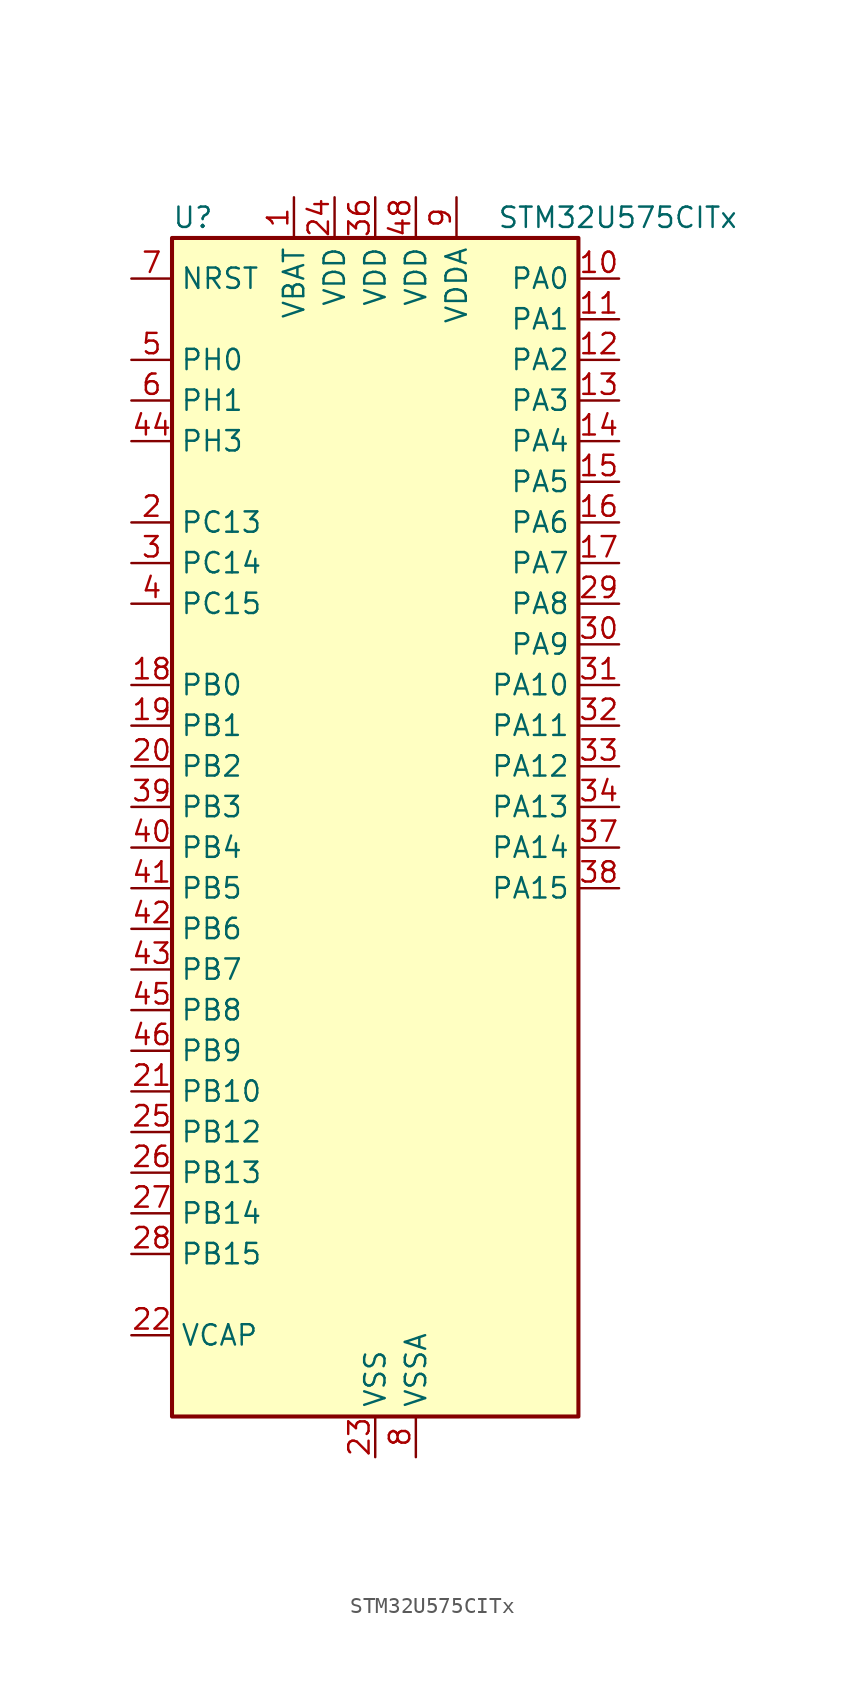
<source format=kicad_sym>
(kicad_symbol_lib
  (version 20211014)
  (generator kicad-library-utils)
  (symbol "STM32U575CITx"
    (property "Reference" "U"
      (at -12.7 39.37 0)
      (effects (font (size 1.27 1.27)) (justify left)))
    (property "Value" "STM32U575CITx"
      (at 7.62 39.37 0)
      (effects (font (size 1.27 1.27)) (justify left)))
    (property "ki_fp_filters" "LQFP*7x7mm*P0.5mm*"
      (at 0.0 0.0 0.0)
      (effects (font (size 1.27 1.27))))
    (symbol "STM32U575CITx_0_1"
      (rectangle (start -12.7 -35.56) (end 12.7 38.1) (stroke (width 0.254)) (fill (type background))))
    (symbol "STM32U575CITx_1_1"
      (pin input line (at -15.24 35.56 0) (length 2.54) (name "NRST" (effects (font (size 1.27 1.27)))) (number "7" (effects (font (size 1.27 1.27)))))
      (pin bidirectional line (at -15.24 30.48 0) (length 2.54) (name "PH0" (effects (font (size 1.27 1.27)))) (number "5" (effects (font (size 1.27 1.27)))) (alternate "RCC_OSC_IN" bidirectional line))
      (pin bidirectional line (at -15.24 27.94 0) (length 2.54) (name "PH1" (effects (font (size 1.27 1.27)))) (number "6" (effects (font (size 1.27 1.27)))) (alternate "RCC_OSC_OUT" bidirectional line))
      (pin bidirectional line (at -15.24 25.4 0) (length 2.54) (name "PH3" (effects (font (size 1.27 1.27)))) (number "44" (effects (font (size 1.27 1.27)))))
      (pin bidirectional line (at -15.24 20.32 0) (length 2.54) (name "PC13" (effects (font (size 1.27 1.27)))) (number "2" (effects (font (size 1.27 1.27)))) (alternate "PWR_WKUP2" bidirectional line) (alternate "RTC_OUT1" bidirectional line) (alternate "RTC_TS" bidirectional line) (alternate "TAMP_IN1" bidirectional line) (alternate "TAMP_OUT2" bidirectional line))
      (pin bidirectional line (at -15.24 17.78 0) (length 2.54) (name "PC14" (effects (font (size 1.27 1.27)))) (number "3" (effects (font (size 1.27 1.27)))) (alternate "RCC_OSC32_IN" bidirectional line))
      (pin bidirectional line (at -15.24 15.24 0) (length 2.54) (name "PC15" (effects (font (size 1.27 1.27)))) (number "4" (effects (font (size 1.27 1.27)))) (alternate "ADC1_EXTI15" bidirectional line) (alternate "ADC4_EXTI15" bidirectional line) (alternate "RCC_OSC32_OUT" bidirectional line))
      (pin bidirectional line (at -15.24 10.16 0) (length 2.54) (name "PB0" (effects (font (size 1.27 1.27)))) (number "18" (effects (font (size 1.27 1.27)))) (alternate "ADC1_IN15" bidirectional line) (alternate "ADC4_IN18" bidirectional line) (alternate "AUDIOCLK" bidirectional line) (alternate "COMP1_OUT" bidirectional line) (alternate "LPTIM3_CH1" bidirectional line) (alternate "OCTOSPIM_P1_IO1" bidirectional line) (alternate "OPAMP2_VOUT" bidirectional line) (alternate "SPI1_NSS" bidirectional line) (alternate "TIM1_CH2N" bidirectional line) (alternate "TIM3_CH3" bidirectional line) (alternate "TIM8_CH2N" bidirectional line) (alternate "USART3_CK" bidirectional line))
      (pin bidirectional line (at -15.24 7.62 0) (length 2.54) (name "PB1" (effects (font (size 1.27 1.27)))) (number "19" (effects (font (size 1.27 1.27)))) (alternate "ADC1_IN16" bidirectional line) (alternate "ADC4_IN19" bidirectional line) (alternate "COMP1_INM" bidirectional line) (alternate "LPTIM2_IN1" bidirectional line) (alternate "LPTIM3_CH2" bidirectional line) (alternate "LPUART1_DE" bidirectional line) (alternate "LPUART1_RTS" bidirectional line) (alternate "MDF1_SDI0" bidirectional line) (alternate "OCTOSPIM_P1_IO0" bidirectional line) (alternate "PWR_WKUP4" bidirectional line) (alternate "TIM1_CH3N" bidirectional line) (alternate "TIM3_CH4" bidirectional line) (alternate "TIM8_CH3N" bidirectional line) (alternate "USART3_DE" bidirectional line) (alternate "USART3_RTS" bidirectional line))
      (pin bidirectional line (at -15.24 5.08 0) (length 2.54) (name "PB2" (effects (font (size 1.27 1.27)))) (number "20" (effects (font (size 1.27 1.27)))) (alternate "ADC1_IN17" bidirectional line) (alternate "COMP1_INP" bidirectional line) (alternate "I2C3_SMBA" bidirectional line) (alternate "LPTIM1_CH1" bidirectional line) (alternate "MDF1_CKI0" bidirectional line) (alternate "OCTOSPIM_P1_DQS" bidirectional line) (alternate "PWR_WKUP1" bidirectional line) (alternate "RTC_OUT2" bidirectional line) (alternate "SPI1_RDY" bidirectional line) (alternate "TIM8_CH4N" bidirectional line) (alternate "UCPD1_FRSTX1" bidirectional line))
      (pin bidirectional line (at -15.24 2.54 0) (length 2.54) (name "PB3" (effects (font (size 1.27 1.27)))) (number "39" (effects (font (size 1.27 1.27)))) (alternate "ADF1_CCK0" bidirectional line) (alternate "COMP2_INM" bidirectional line) (alternate "CRS_SYNC" bidirectional line) (alternate "DEBUG_JTDO-SWO" bidirectional line) (alternate "I2C1_SDA" bidirectional line) (alternate "LPTIM1_CH1" bidirectional line) (alternate "SAI1_SCK_B" bidirectional line) (alternate "SPI1_SCK" bidirectional line) (alternate "SPI3_SCK" bidirectional line) (alternate "TIM2_CH2" bidirectional line) (alternate "USART1_DE" bidirectional line) (alternate "USART1_RTS" bidirectional line))
      (pin bidirectional line (at -15.24 0.0 0) (length 2.54) (name "PB4" (effects (font (size 1.27 1.27)))) (number "40" (effects (font (size 1.27 1.27)))) (alternate "ADF1_SDI0" bidirectional line) (alternate "COMP2_INP" bidirectional line) (alternate "DEBUG_JTRST" bidirectional line) (alternate "I2C3_SDA" bidirectional line) (alternate "LPTIM1_CH2" bidirectional line) (alternate "SAI1_MCLK_B" bidirectional line) (alternate "SPI1_MISO" bidirectional line) (alternate "SPI3_MISO" bidirectional line) (alternate "TIM17_BKIN" bidirectional line) (alternate "TIM3_CH1" bidirectional line) (alternate "TSC_G2_IO1" bidirectional line) (alternate "USART1_CTS" bidirectional line))
      (pin bidirectional line (at -15.24 -2.54 0) (length 2.54) (name "PB5" (effects (font (size 1.27 1.27)))) (number "41" (effects (font (size 1.27 1.27)))) (alternate "COMP2_OUT" bidirectional line) (alternate "I2C1_SMBA" bidirectional line) (alternate "LPTIM1_IN1" bidirectional line) (alternate "OCTOSPIM_P1_NCLK" bidirectional line) (alternate "PWR_WKUP6" bidirectional line) (alternate "SAI1_SD_B" bidirectional line) (alternate "SPI1_MOSI" bidirectional line) (alternate "SPI3_MOSI" bidirectional line) (alternate "TIM16_BKIN" bidirectional line) (alternate "TIM3_CH2" bidirectional line) (alternate "TSC_G2_IO2" bidirectional line) (alternate "UCPD1_DBCC1" bidirectional line) (alternate "USART1_CK" bidirectional line))
      (pin bidirectional line (at -15.24 -5.08 0) (length 2.54) (name "PB6" (effects (font (size 1.27 1.27)))) (number "42" (effects (font (size 1.27 1.27)))) (alternate "COMP2_INP" bidirectional line) (alternate "I2C1_SCL" bidirectional line) (alternate "I2C4_SCL" bidirectional line) (alternate "LPTIM1_ETR" bidirectional line) (alternate "MDF1_SDI5" bidirectional line) (alternate "PWR_WKUP3" bidirectional line) (alternate "SAI1_FS_B" bidirectional line) (alternate "TIM16_CH1N" bidirectional line) (alternate "TIM4_CH1" bidirectional line) (alternate "TIM8_BKIN2" bidirectional line) (alternate "TSC_G2_IO3" bidirectional line) (alternate "USART1_TX" bidirectional line))
      (pin bidirectional line (at -15.24 -7.62 0) (length 2.54) (name "PB7" (effects (font (size 1.27 1.27)))) (number "43" (effects (font (size 1.27 1.27)))) (alternate "COMP2_INM" bidirectional line) (alternate "I2C1_SDA" bidirectional line) (alternate "I2C4_SDA" bidirectional line) (alternate "LPTIM1_IN2" bidirectional line) (alternate "MDF1_CKI5" bidirectional line) (alternate "PWR_PVD_IN" bidirectional line) (alternate "PWR_WKUP4" bidirectional line) (alternate "TIM17_CH1N" bidirectional line) (alternate "TIM4_CH2" bidirectional line) (alternate "TIM8_BKIN" bidirectional line) (alternate "TSC_G2_IO4" bidirectional line) (alternate "UART4_CTS" bidirectional line) (alternate "USART1_RX" bidirectional line))
      (pin bidirectional line (at -15.24 -10.16 0) (length 2.54) (name "PB8" (effects (font (size 1.27 1.27)))) (number "45" (effects (font (size 1.27 1.27)))) (alternate "FDCAN1_RX" bidirectional line) (alternate "I2C1_SCL" bidirectional line) (alternate "MDF1_CCK0" bidirectional line) (alternate "PWR_WKUP5" bidirectional line) (alternate "SAI1_CK1" bidirectional line) (alternate "SAI1_MCLK_A" bidirectional line) (alternate "SPI3_RDY" bidirectional line) (alternate "TIM16_CH1" bidirectional line) (alternate "TIM4_CH3" bidirectional line))
      (pin bidirectional line (at -15.24 -12.7 0) (length 2.54) (name "PB9" (effects (font (size 1.27 1.27)))) (number "46" (effects (font (size 1.27 1.27)))) (alternate "DAC1_EXTI9" bidirectional line) (alternate "FDCAN1_TX" bidirectional line) (alternate "I2C1_SDA" bidirectional line) (alternate "IR_OUT" bidirectional line) (alternate "SAI1_D2" bidirectional line) (alternate "SAI1_FS_A" bidirectional line) (alternate "SPI2_NSS" bidirectional line) (alternate "TIM17_CH1" bidirectional line) (alternate "TIM4_CH4" bidirectional line))
      (pin bidirectional line (at -15.24 -15.24 0) (length 2.54) (name "PB10" (effects (font (size 1.27 1.27)))) (number "21" (effects (font (size 1.27 1.27)))) (alternate "COMP1_OUT" bidirectional line) (alternate "I2C2_SCL" bidirectional line) (alternate "I2C4_SCL" bidirectional line) (alternate "LPTIM3_CH1" bidirectional line) (alternate "LPUART1_RX" bidirectional line) (alternate "OCTOSPIM_P1_CLK" bidirectional line) (alternate "PWR_WKUP8" bidirectional line) (alternate "SAI1_SCK_A" bidirectional line) (alternate "SPI2_SCK" bidirectional line) (alternate "TIM2_CH3" bidirectional line) (alternate "TSC_SYNC" bidirectional line) (alternate "USART3_TX" bidirectional line))
      (pin bidirectional line (at -15.24 -17.78 0) (length 2.54) (name "PB12" (effects (font (size 1.27 1.27)))) (number "25" (effects (font (size 1.27 1.27)))) (alternate "I2C2_SMBA" bidirectional line) (alternate "LPUART1_DE" bidirectional line) (alternate "LPUART1_RTS" bidirectional line) (alternate "MDF1_SDI1" bidirectional line) (alternate "OCTOSPIM_P1_NCLK" bidirectional line) (alternate "SPI2_NSS" bidirectional line) (alternate "TIM15_BKIN" bidirectional line) (alternate "TIM1_BKIN" bidirectional line) (alternate "TSC_G1_IO1" bidirectional line) (alternate "USART3_CK" bidirectional line))
      (pin bidirectional line (at -15.24 -20.32 0) (length 2.54) (name "PB13" (effects (font (size 1.27 1.27)))) (number "26" (effects (font (size 1.27 1.27)))) (alternate "I2C2_SCL" bidirectional line) (alternate "LPTIM3_IN1" bidirectional line) (alternate "LPUART1_CTS" bidirectional line) (alternate "MDF1_CKI1" bidirectional line) (alternate "SPI2_SCK" bidirectional line) (alternate "TIM15_CH1N" bidirectional line) (alternate "TIM1_CH1N" bidirectional line) (alternate "TSC_G1_IO2" bidirectional line) (alternate "USART3_CTS" bidirectional line))
      (pin bidirectional line (at -15.24 -22.86 0) (length 2.54) (name "PB14" (effects (font (size 1.27 1.27)))) (number "27" (effects (font (size 1.27 1.27)))) (alternate "I2C2_SDA" bidirectional line) (alternate "LPTIM3_ETR" bidirectional line) (alternate "MDF1_SDI2" bidirectional line) (alternate "SPI2_MISO" bidirectional line) (alternate "TIM15_CH1" bidirectional line) (alternate "TIM1_CH2N" bidirectional line) (alternate "TIM8_CH2N" bidirectional line) (alternate "TSC_G1_IO3" bidirectional line) (alternate "UCPD1_DBCC2" bidirectional line) (alternate "USART3_DE" bidirectional line) (alternate "USART3_RTS" bidirectional line))
      (pin bidirectional line (at -15.24 -25.4 0) (length 2.54) (name "PB15" (effects (font (size 1.27 1.27)))) (number "28" (effects (font (size 1.27 1.27)))) (alternate "ADC1_EXTI15" bidirectional line) (alternate "ADC4_EXTI15" bidirectional line) (alternate "LPTIM2_IN2" bidirectional line) (alternate "MDF1_CKI2" bidirectional line) (alternate "PWR_WKUP7" bidirectional line) (alternate "RTC_REFIN" bidirectional line) (alternate "SPI2_MOSI" bidirectional line) (alternate "TIM15_CH2" bidirectional line) (alternate "TIM1_CH3N" bidirectional line) (alternate "TIM8_CH3N" bidirectional line) (alternate "UCPD1_CC2" bidirectional line))
      (pin power_out line (at -15.24 -30.48 0) (length 2.54) (name "VCAP" (effects (font (size 1.27 1.27)))) (number "22" (effects (font (size 1.27 1.27)))))
      (pin bidirectional line (at 15.24 35.56 180) (length 2.54) (name "PA0" (effects (font (size 1.27 1.27)))) (number "10" (effects (font (size 1.27 1.27)))) (alternate "ADC1_IN5" bidirectional line) (alternate "AUDIOCLK" bidirectional line) (alternate "OCTOSPIM_P2_NCS" bidirectional line) (alternate "OPAMP1_VINP" bidirectional line) (alternate "PWR_WKUP1" bidirectional line) (alternate "SPI3_RDY" bidirectional line) (alternate "TAMP_IN2" bidirectional line) (alternate "TAMP_OUT1" bidirectional line) (alternate "TIM2_CH1" bidirectional line) (alternate "TIM2_ETR" bidirectional line) (alternate "TIM5_CH1" bidirectional line) (alternate "TIM8_ETR" bidirectional line) (alternate "UART4_TX" bidirectional line) (alternate "USART2_CTS" bidirectional line))
      (pin bidirectional line (at 15.24 33.02 180) (length 2.54) (name "PA1" (effects (font (size 1.27 1.27)))) (number "11" (effects (font (size 1.27 1.27)))) (alternate "ADC1_IN6" bidirectional line) (alternate "I2C1_SMBA" bidirectional line) (alternate "LPTIM1_CH2" bidirectional line) (alternate "OCTOSPIM_P1_DQS" bidirectional line) (alternate "OPAMP1_VINM" bidirectional line) (alternate "PWR_WKUP3" bidirectional line) (alternate "SPI1_SCK" bidirectional line) (alternate "TAMP_IN5" bidirectional line) (alternate "TAMP_OUT4" bidirectional line) (alternate "TIM15_CH1N" bidirectional line) (alternate "TIM2_CH2" bidirectional line) (alternate "TIM5_CH2" bidirectional line) (alternate "UART4_RX" bidirectional line) (alternate "USART2_DE" bidirectional line) (alternate "USART2_RTS" bidirectional line))
      (pin bidirectional line (at 15.24 30.48 180) (length 2.54) (name "PA2" (effects (font (size 1.27 1.27)))) (number "12" (effects (font (size 1.27 1.27)))) (alternate "ADC1_IN7" bidirectional line) (alternate "COMP1_INP" bidirectional line) (alternate "LPUART1_TX" bidirectional line) (alternate "OCTOSPIM_P1_NCS" bidirectional line) (alternate "PWR_WKUP4" bidirectional line) (alternate "RCC_LSCO" bidirectional line) (alternate "SPI1_RDY" bidirectional line) (alternate "TIM15_CH1" bidirectional line) (alternate "TIM2_CH3" bidirectional line) (alternate "TIM5_CH3" bidirectional line) (alternate "UCPD1_FRSTX1" bidirectional line) (alternate "USART2_TX" bidirectional line))
      (pin bidirectional line (at 15.24 27.94 180) (length 2.54) (name "PA3" (effects (font (size 1.27 1.27)))) (number "13" (effects (font (size 1.27 1.27)))) (alternate "ADC1_IN8" bidirectional line) (alternate "LPUART1_RX" bidirectional line) (alternate "OCTOSPIM_P1_CLK" bidirectional line) (alternate "OPAMP1_VOUT" bidirectional line) (alternate "PWR_WKUP5" bidirectional line) (alternate "SAI1_CK1" bidirectional line) (alternate "SAI1_MCLK_A" bidirectional line) (alternate "TIM15_CH2" bidirectional line) (alternate "TIM2_CH4" bidirectional line) (alternate "TIM5_CH4" bidirectional line) (alternate "USART2_RX" bidirectional line))
      (pin bidirectional line (at 15.24 25.4 180) (length 2.54) (name "PA4" (effects (font (size 1.27 1.27)))) (number "14" (effects (font (size 1.27 1.27)))) (alternate "ADC1_IN9" bidirectional line) (alternate "ADC4_IN9" bidirectional line) (alternate "DAC1_OUT1" bidirectional line) (alternate "LPTIM2_CH1" bidirectional line) (alternate "OCTOSPIM_P1_NCS" bidirectional line) (alternate "PWR_WKUP2" bidirectional line) (alternate "SAI1_FS_B" bidirectional line) (alternate "SPI1_NSS" bidirectional line) (alternate "SPI3_NSS" bidirectional line) (alternate "USART2_CK" bidirectional line))
      (pin bidirectional line (at 15.24 22.86 180) (length 2.54) (name "PA5" (effects (font (size 1.27 1.27)))) (number "15" (effects (font (size 1.27 1.27)))) (alternate "ADC1_IN10" bidirectional line) (alternate "ADC4_IN10" bidirectional line) (alternate "DAC1_OUT2" bidirectional line) (alternate "LPTIM2_ETR" bidirectional line) (alternate "PWR_CSLEEP" bidirectional line) (alternate "PWR_WKUP6" bidirectional line) (alternate "SPI1_SCK" bidirectional line) (alternate "TIM2_CH1" bidirectional line) (alternate "TIM2_ETR" bidirectional line) (alternate "TIM8_CH1N" bidirectional line) (alternate "USART3_RX" bidirectional line))
      (pin bidirectional line (at 15.24 20.32 180) (length 2.54) (name "PA6" (effects (font (size 1.27 1.27)))) (number "16" (effects (font (size 1.27 1.27)))) (alternate "ADC1_IN11" bidirectional line) (alternate "ADC4_IN11" bidirectional line) (alternate "LPUART1_CTS" bidirectional line) (alternate "OCTOSPIM_P1_IO3" bidirectional line) (alternate "OPAMP2_VINP" bidirectional line) (alternate "PWR_CDSTOP" bidirectional line) (alternate "PWR_WKUP7" bidirectional line) (alternate "SPI1_MISO" bidirectional line) (alternate "TIM16_CH1" bidirectional line) (alternate "TIM1_BKIN" bidirectional line) (alternate "TIM3_CH1" bidirectional line) (alternate "TIM8_BKIN" bidirectional line) (alternate "USART3_CTS" bidirectional line))
      (pin bidirectional line (at 15.24 17.78 180) (length 2.54) (name "PA7" (effects (font (size 1.27 1.27)))) (number "17" (effects (font (size 1.27 1.27)))) (alternate "ADC1_IN12" bidirectional line) (alternate "ADC4_IN20" bidirectional line) (alternate "I2C3_SCL" bidirectional line) (alternate "LPTIM2_CH2" bidirectional line) (alternate "OCTOSPIM_P1_IO2" bidirectional line) (alternate "OPAMP2_VINM" bidirectional line) (alternate "PWR_SRDSTOP" bidirectional line) (alternate "PWR_WKUP8" bidirectional line) (alternate "SPI1_MOSI" bidirectional line) (alternate "TIM17_CH1" bidirectional line) (alternate "TIM1_CH1N" bidirectional line) (alternate "TIM3_CH2" bidirectional line) (alternate "TIM8_CH1N" bidirectional line) (alternate "USART3_TX" bidirectional line))
      (pin bidirectional line (at 15.24 15.24 180) (length 2.54) (name "PA8" (effects (font (size 1.27 1.27)))) (number "29" (effects (font (size 1.27 1.27)))) (alternate "DEBUG_TRACECLK" bidirectional line) (alternate "LPTIM2_CH1" bidirectional line) (alternate "RCC_MCO" bidirectional line) (alternate "SAI1_CK2" bidirectional line) (alternate "SAI1_SCK_A" bidirectional line) (alternate "SPI1_RDY" bidirectional line) (alternate "TIM1_CH1" bidirectional line) (alternate "USART1_CK" bidirectional line) (alternate "USB_OTG_FS_SOF" bidirectional line))
      (pin bidirectional line (at 15.24 12.7 180) (length 2.54) (name "PA9" (effects (font (size 1.27 1.27)))) (number "30" (effects (font (size 1.27 1.27)))) (alternate "DAC1_EXTI9" bidirectional line) (alternate "SAI1_FS_A" bidirectional line) (alternate "SPI2_SCK" bidirectional line) (alternate "TIM15_BKIN" bidirectional line) (alternate "TIM1_CH2" bidirectional line) (alternate "USART1_TX" bidirectional line) (alternate "USB_OTG_FS_VBUS" bidirectional line))
      (pin bidirectional line (at 15.24 10.16 180) (length 2.54) (name "PA10" (effects (font (size 1.27 1.27)))) (number "31" (effects (font (size 1.27 1.27)))) (alternate "CRS_SYNC" bidirectional line) (alternate "LPTIM2_IN2" bidirectional line) (alternate "SAI1_D1" bidirectional line) (alternate "SAI1_SD_A" bidirectional line) (alternate "TIM17_BKIN" bidirectional line) (alternate "TIM1_CH3" bidirectional line) (alternate "USART1_RX" bidirectional line) (alternate "USB_OTG_FS_ID" bidirectional line))
      (pin bidirectional line (at 15.24 7.62 180) (length 2.54) (name "PA11" (effects (font (size 1.27 1.27)))) (number "32" (effects (font (size 1.27 1.27)))) (alternate "ADC1_EXTI11" bidirectional line) (alternate "FDCAN1_RX" bidirectional line) (alternate "SPI1_MISO" bidirectional line) (alternate "TIM1_BKIN2" bidirectional line) (alternate "TIM1_CH4" bidirectional line) (alternate "USART1_CTS" bidirectional line) (alternate "USB_OTG_FS_DM" bidirectional line))
      (pin bidirectional line (at 15.24 5.08 180) (length 2.54) (name "PA12" (effects (font (size 1.27 1.27)))) (number "33" (effects (font (size 1.27 1.27)))) (alternate "FDCAN1_TX" bidirectional line) (alternate "OCTOSPIM_P2_NCS" bidirectional line) (alternate "SPI1_MOSI" bidirectional line) (alternate "TIM1_ETR" bidirectional line) (alternate "USART1_DE" bidirectional line) (alternate "USART1_RTS" bidirectional line) (alternate "USB_OTG_FS_DP" bidirectional line))
      (pin bidirectional line (at 15.24 2.54 180) (length 2.54) (name "PA13" (effects (font (size 1.27 1.27)))) (number "34" (effects (font (size 1.27 1.27)))) (alternate "DEBUG_JTMS-SWDIO" bidirectional line) (alternate "IR_OUT" bidirectional line) (alternate "SAI1_SD_B" bidirectional line) (alternate "USB_OTG_FS_NOE" bidirectional line))
      (pin bidirectional line (at 15.24 0.0 180) (length 2.54) (name "PA14" (effects (font (size 1.27 1.27)))) (number "37" (effects (font (size 1.27 1.27)))) (alternate "DEBUG_JTCK-SWCLK" bidirectional line) (alternate "I2C1_SMBA" bidirectional line) (alternate "I2C4_SMBA" bidirectional line) (alternate "LPTIM1_CH1" bidirectional line) (alternate "SAI1_FS_B" bidirectional line) (alternate "USB_OTG_FS_SOF" bidirectional line))
      (pin bidirectional line (at 15.24 -2.54 180) (length 2.54) (name "PA15" (effects (font (size 1.27 1.27)))) (number "38" (effects (font (size 1.27 1.27)))) (alternate "ADC1_EXTI15" bidirectional line) (alternate "ADC4_EXTI15" bidirectional line) (alternate "DEBUG_JTDI" bidirectional line) (alternate "SPI1_NSS" bidirectional line) (alternate "SPI3_NSS" bidirectional line) (alternate "TIM2_CH1" bidirectional line) (alternate "TIM2_ETR" bidirectional line) (alternate "UART4_DE" bidirectional line) (alternate "UART4_RTS" bidirectional line) (alternate "UCPD1_CC1" bidirectional line) (alternate "USART2_RX" bidirectional line) (alternate "USART3_DE" bidirectional line) (alternate "USART3_RTS" bidirectional line))
      (pin power_in line (at -5.08 40.64 270) (length 2.54) (name "VBAT" (effects (font (size 1.27 1.27)))) (number "1" (effects (font (size 1.27 1.27)))))
      (pin power_in line (at -2.54 40.64 270) (length 2.54) (name "VDD" (effects (font (size 1.27 1.27)))) (number "24" (effects (font (size 1.27 1.27)))))
      (pin power_in line (at 0.0 40.64 270) (length 2.54) (name "VDD" (effects (font (size 1.27 1.27)))) (number "36" (effects (font (size 1.27 1.27)))))
      (pin power_in line (at 2.54 40.64 270) (length 2.54) (name "VDD" (effects (font (size 1.27 1.27)))) (number "48" (effects (font (size 1.27 1.27)))))
      (pin power_in line (at 5.08 40.64 270) (length 2.54) (name "VDDA" (effects (font (size 1.27 1.27)))) (number "9" (effects (font (size 1.27 1.27)))))
      (pin power_in line (at 0.0 -38.1 90) (length 2.54) (name "VSS" (effects (font (size 1.27 1.27)))) (number "23" (effects (font (size 1.27 1.27)))))
      (pin passive line (at 0.0 -38.1 90) (length 2.54) hide (name "VSS" (effects (font (size 1.27 1.27)))) (number "35" (effects (font (size 1.27 1.27)))))
      (pin passive line (at 0.0 -38.1 90) (length 2.54) hide (name "VSS" (effects (font (size 1.27 1.27)))) (number "47" (effects (font (size 1.27 1.27)))))
      (pin power_in line (at 2.54 -38.1 90) (length 2.54) (name "VSSA" (effects (font (size 1.27 1.27)))) (number "8" (effects (font (size 1.27 1.27))))))))
</source>
